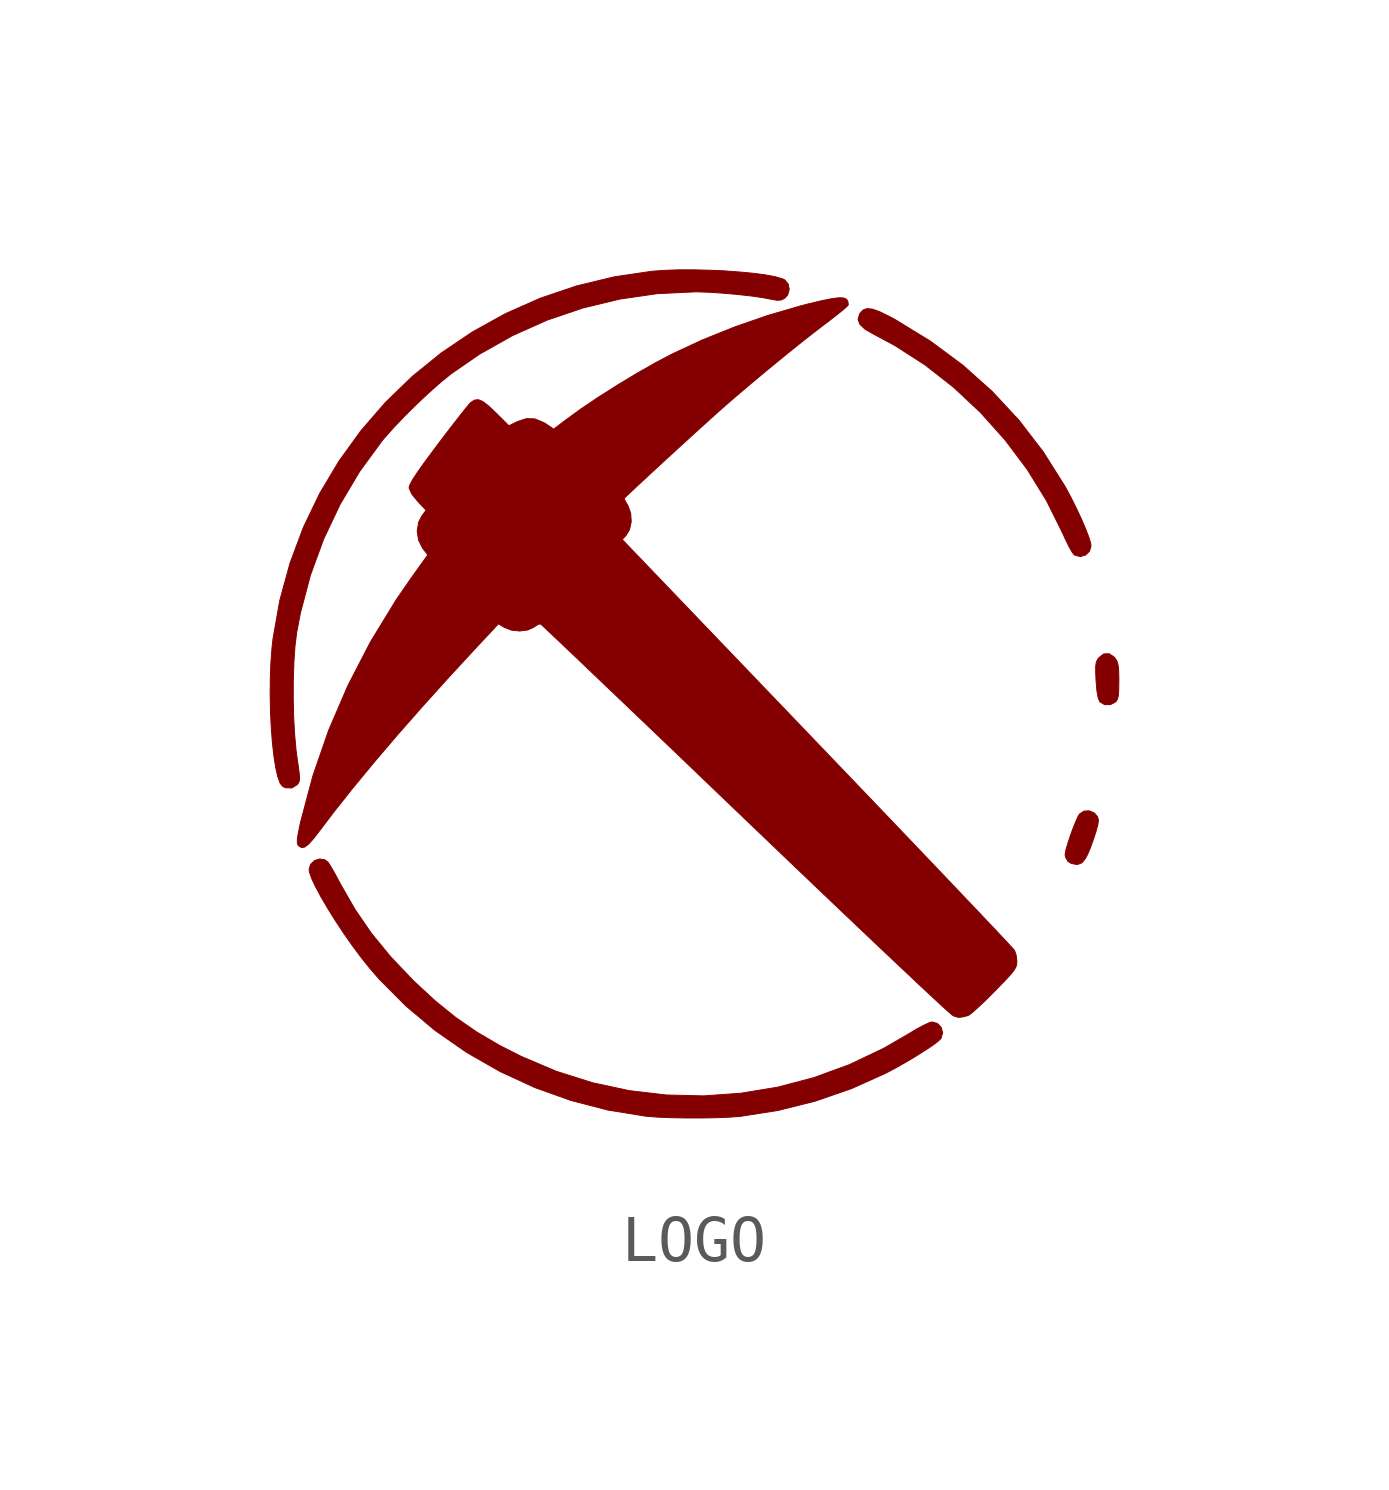
<source format=kicad_sym>
(kicad_symbol_lib
  (version 20231120)
  (generator "kicad_symbol_editor")
  (generator_version "8.0")
  (symbol "LOGO"
    (pin_names
      (offset 1.016))
    (property "Reference" "#G"
      (at 0 9.365 0)
      (effects (font (size 1.27 1.27)) (hide yes)))
    (symbol "LOGO_0_0"
      (polyline (pts (xy 8.036 -3.678) (xy 8.124 -3.644) (xy 8.2 -3.55) (xy 8.247 -3.46) (xy 8.309 -3.312) (xy 8.371 -3.142) (xy 8.426 -2.972) (xy 8.465 -2.828) (xy 8.48 -2.733) (xy 8.462 -2.652) (xy 8.389 -2.568) (xy 8.283 -2.523) (xy 8.17 -2.528) (xy 8.073 -2.59) (xy 8.042 -2.64) (xy 7.989 -2.757) (xy 7.927 -2.912) (xy 7.866 -3.082) (xy 7.812 -3.247) (xy 7.774 -3.382) (xy 7.76 -3.468) (xy 7.771 -3.527) (xy 7.823 -3.617) (xy 7.896 -3.659) (xy 8.003 -3.68) (xy 8.036 -3.678)) (stroke (width 0.01) (type default)) (fill (type outline)))
      (polyline (pts (xy 8.847 -0.174) (xy 8.861 -0.16) (xy 8.891 -0.11) (xy 8.909 -0.031) (xy 8.918 0.093) (xy 8.92 0.281) (xy 8.92 0.37) (xy 8.915 0.53) (xy 8.901 0.638) (xy 8.877 0.713) (xy 8.837 0.775) (xy 8.814 0.801) (xy 8.705 0.87) (xy 8.591 0.863) (xy 8.486 0.779) (xy 8.458 0.739) (xy 8.432 0.679) (xy 8.42 0.597) (xy 8.42 0.473) (xy 8.428 0.289) (xy 8.428 0.289) (xy 8.447 0.063) (xy 8.475 -0.089) (xy 8.511 -0.17) (xy 8.513 -0.172) (xy 8.613 -0.23) (xy 8.736 -0.231) (xy 8.847 -0.174)) (stroke (width 0.01) (type default)) (fill (type outline)))
      (polyline (pts (xy 8.202 2.999) (xy 8.286 3.08) (xy 8.32 3.197) (xy 8.31 3.261) (xy 8.267 3.397) (xy 8.197 3.577) (xy 8.107 3.788) (xy 8.001 4.013) (xy 7.888 4.24) (xy 7.773 4.454) (xy 7.753 4.489) (xy 7.29 5.223) (xy 6.769 5.902) (xy 6.19 6.526) (xy 5.551 7.097) (xy 4.854 7.614) (xy 4.096 8.079) (xy 3.956 8.154) (xy 3.753 8.253) (xy 3.599 8.307) (xy 3.485 8.318) (xy 3.4 8.289) (xy 3.336 8.22) (xy 3.323 8.199) (xy 3.291 8.086) (xy 3.33 7.979) (xy 3.442 7.873) (xy 3.632 7.764) (xy 4.084 7.522) (xy 4.737 7.102) (xy 5.356 6.617) (xy 5.934 6.075) (xy 6.465 5.482) (xy 6.942 4.847) (xy 7.356 4.177) (xy 7.703 3.479) (xy 7.771 3.33) (xy 7.846 3.178) (xy 7.909 3.066) (xy 7.95 3.01) (xy 7.975 2.993) (xy 8.09 2.966) (xy 8.202 2.999)) (stroke (width 0.01) (type default)) (fill (type outline)))
      (polyline (pts (xy 0.24 -9.147) (xy 0.524 -9.135) (xy 0.751 -9.118) (xy 0.757 -9.117) (xy 1.566 -8.99) (xy 2.369 -8.789) (xy 3.149 -8.519) (xy 3.892 -8.185) (xy 4.088 -8.081) (xy 4.302 -7.96) (xy 4.515 -7.834) (xy 4.711 -7.711) (xy 4.879 -7.601) (xy 5.003 -7.51) (xy 5.07 -7.449) (xy 5.085 -7.427) (xy 5.116 -7.312) (xy 5.086 -7.199) (xy 5.007 -7.114) (xy 4.89 -7.08) (xy 4.824 -7.098) (xy 4.706 -7.153) (xy 4.554 -7.234) (xy 4.386 -7.335) (xy 3.85 -7.646) (xy 3.105 -8.001) (xy 2.338 -8.281) (xy 1.554 -8.488) (xy 0.759 -8.619) (xy -0.042 -8.676) (xy -0.846 -8.657) (xy -1.646 -8.563) (xy -2.439 -8.393) (xy -3.218 -8.147) (xy -3.98 -7.824) (xy -4.456 -7.582) (xy -4.943 -7.296) (xy -5.393 -6.985) (xy -5.83 -6.632) (xy -6.274 -6.222) (xy -6.324 -6.173) (xy -6.8 -5.673) (xy -7.212 -5.17) (xy -7.569 -4.65) (xy -7.887 -4.095) (xy -7.957 -3.962) (xy -8.041 -3.81) (xy -8.11 -3.693) (xy -8.152 -3.63) (xy -8.222 -3.578) (xy -8.333 -3.562) (xy -8.443 -3.598) (xy -8.527 -3.678) (xy -8.56 -3.79) (xy -8.553 -3.841) (xy -8.506 -3.978) (xy -8.419 -4.163) (xy -8.3 -4.385) (xy -8.154 -4.634) (xy -7.988 -4.9) (xy -7.808 -5.172) (xy -7.62 -5.44) (xy -7.431 -5.694) (xy -7.247 -5.924) (xy -7.048 -6.153) (xy -6.47 -6.735) (xy -5.838 -7.265) (xy -5.159 -7.737) (xy -4.44 -8.149) (xy -3.687 -8.496) (xy -2.908 -8.775) (xy -2.11 -8.982) (xy -1.3 -9.113) (xy -1.268 -9.117) (xy -1.029 -9.135) (xy -0.737 -9.147) (xy -0.413 -9.153) (xy -0.08 -9.153) (xy 0.24 -9.147)) (stroke (width 0.01) (type default)) (fill (type outline)))
      (polyline (pts (xy -8.819 -1.959) (xy -8.814 -1.954) (xy -8.787 -1.918) (xy -8.77 -1.875) (xy -8.766 -1.811) (xy -8.773 -1.712) (xy -8.792 -1.563) (xy -8.823 -1.349) (xy -8.841 -1.212) (xy -8.872 -0.869) (xy -8.893 -0.487) (xy -8.902 -0.085) (xy -8.9 0.317) (xy -8.887 0.699) (xy -8.863 1.041) (xy -8.828 1.324) (xy -8.745 1.755) (xy -8.531 2.564) (xy -8.245 3.345) (xy -7.891 4.092) (xy -7.471 4.799) (xy -6.988 5.46) (xy -6.951 5.505) (xy -6.749 5.734) (xy -6.506 5.989) (xy -6.241 6.252) (xy -5.97 6.506) (xy -5.714 6.733) (xy -5.489 6.915) (xy -4.882 7.334) (xy -4.17 7.735) (xy -3.423 8.069) (xy -2.648 8.332) (xy -1.852 8.524) (xy -1.042 8.641) (xy -0.226 8.68) (xy -0.188 8.68) (xy 0.067 8.672) (xy 0.358 8.653) (xy 0.663 8.626) (xy 0.958 8.594) (xy 1.219 8.557) (xy 1.423 8.519) (xy 1.536 8.499) (xy 1.627 8.503) (xy 1.705 8.54) (xy 1.772 8.614) (xy 1.804 8.729) (xy 1.783 8.847) (xy 1.71 8.936) (xy 1.662 8.96) (xy 1.514 9.004) (xy 1.304 9.044) (xy 1.044 9.079) (xy 0.746 9.108) (xy 0.422 9.132) (xy 0.085 9.147) (xy -0.255 9.155) (xy -0.584 9.155) (xy -0.891 9.144) (xy -1.164 9.124) (xy -1.973 9.004) (xy -2.786 8.808) (xy -3.569 8.543) (xy -4.319 8.211) (xy -5.031 7.817) (xy -5.703 7.364) (xy -6.331 6.855) (xy -6.911 6.293) (xy -7.44 5.683) (xy -7.914 5.027) (xy -8.33 4.33) (xy -8.684 3.593) (xy -8.972 2.822) (xy -9.192 2.019) (xy -9.339 1.188) (xy -9.36 0.998) (xy -9.384 0.676) (xy -9.397 0.333) (xy -9.4 -0.019) (xy -9.393 -0.371) (xy -9.377 -0.714) (xy -9.353 -1.036) (xy -9.321 -1.328) (xy -9.282 -1.58) (xy -9.236 -1.783) (xy -9.185 -1.925) (xy -9.129 -1.997) (xy -9.062 -2.026) (xy -8.931 -2.029) (xy -8.819 -1.959)) (stroke (width 0.01) (type default)) (fill (type outline)))
      (polyline (pts (xy 5.541 -6.974) (xy 5.664 -6.942) (xy 5.703 -6.919) (xy 5.793 -6.845) (xy 5.919 -6.731) (xy 6.07 -6.587) (xy 6.234 -6.423) (xy 6.357 -6.296) (xy 6.501 -6.147) (xy 6.601 -6.036) (xy 6.664 -5.954) (xy 6.7 -5.89) (xy 6.715 -5.833) (xy 6.718 -5.774) (xy 6.718 -5.757) (xy 6.702 -5.632) (xy 6.668 -5.536) (xy 6.664 -5.53) (xy 6.615 -5.476) (xy 6.514 -5.367) (xy 6.366 -5.208) (xy 6.171 -5.002) (xy 5.935 -4.752) (xy 5.659 -4.462) (xy 5.347 -4.134) (xy 5.003 -3.772) (xy 4.628 -3.379) (xy 4.226 -2.958) (xy 3.8 -2.512) (xy 3.353 -2.045) (xy 2.889 -1.56) (xy 2.409 -1.059) (xy -1.801 3.334) (xy -1.715 3.426) (xy -1.641 3.549) (xy -1.606 3.719) (xy -1.617 3.9) (xy -1.675 4.061) (xy -1.696 4.096) (xy -1.742 4.179) (xy -1.76 4.219) (xy -1.733 4.247) (xy -1.655 4.322) (xy -1.532 4.437) (xy -1.375 4.584) (xy -1.189 4.756) (xy -0.983 4.946) (xy -0.765 5.147) (xy -0.542 5.351) (xy -0.323 5.551) (xy -0.116 5.74) (xy 0.073 5.91) (xy 0.234 6.056) (xy 0.36 6.168) (xy 0.371 6.178) (xy 0.661 6.429) (xy 0.984 6.703) (xy 1.324 6.987) (xy 1.666 7.268) (xy 1.994 7.533) (xy 2.294 7.77) (xy 2.549 7.966) (xy 2.678 8.063) (xy 2.838 8.188) (xy 2.965 8.291) (xy 3.05 8.364) (xy 3.08 8.399) (xy 3.072 8.471) (xy 3.04 8.522) (xy 2.976 8.549) (xy 2.871 8.552) (xy 2.716 8.532) (xy 2.502 8.488) (xy 2.22 8.421) (xy 2.05 8.377) (xy 1.342 8.171) (xy 0.625 7.922) (xy -0.073 7.641) (xy -0.722 7.339) (xy -1.06 7.161) (xy -1.475 6.926) (xy -1.903 6.668) (xy -2.323 6.401) (xy -2.712 6.138) (xy -3.049 5.892) (xy -3.278 5.717) (xy -3.433 5.82) (xy -3.493 5.858) (xy -3.684 5.937) (xy -3.868 5.944) (xy -4.061 5.88) (xy -4.247 5.789) (xy -4.535 6.075) (xy -4.693 6.224) (xy -4.814 6.315) (xy -4.909 6.353) (xy -4.991 6.343) (xy -5.071 6.29) (xy -5.107 6.251) (xy -5.187 6.154) (xy -5.301 6.01) (xy -5.442 5.829) (xy -5.603 5.62) (xy -5.776 5.393) (xy -5.868 5.27) (xy -6.066 5.002) (xy -6.216 4.791) (xy -6.32 4.633) (xy -6.38 4.524) (xy -6.4 4.462) (xy -6.397 4.434) (xy -6.341 4.314) (xy -6.217 4.161) (xy -6.034 3.965) (xy -6.127 3.839) (xy -6.194 3.71) (xy -6.226 3.518) (xy -6.197 3.322) (xy -6.109 3.148) (xy -5.997 3.002) (xy -6.361 2.494) (xy -6.68 2.031) (xy -7.233 1.126) (xy -7.719 0.187) (xy -8.135 -0.779) (xy -8.477 -1.766) (xy -8.743 -2.765) (xy -8.753 -2.812) (xy -8.793 -3.005) (xy -8.813 -3.137) (xy -8.814 -3.219) (xy -8.797 -3.264) (xy -8.778 -3.284) (xy -8.72 -3.317) (xy -8.653 -3.304) (xy -8.568 -3.239) (xy -8.458 -3.116) (xy -8.315 -2.93) (xy -8.031 -2.555) (xy -7.62 -2.037) (xy -7.159 -1.478) (xy -6.654 -0.886) (xy -6.109 -0.266) (xy -5.532 0.373) (xy -4.928 1.027) (xy -4.472 1.514) (xy -4.346 1.437) (xy -4.191 1.377) (xy -4.012 1.359) (xy -3.84 1.381) (xy -3.705 1.443) (xy -3.697 1.45) (xy -3.617 1.5) (xy -3.565 1.513) (xy -3.561 1.51) (xy -3.513 1.466) (xy -3.41 1.37) (xy -3.258 1.226) (xy -3.058 1.036) (xy -2.813 0.804) (xy -2.529 0.532) (xy -2.206 0.224) (xy -1.848 -0.117) (xy -1.46 -0.488) (xy -1.042 -0.887) (xy -0.6 -1.31) (xy -0.136 -1.755) (xy 0.346 -2.217) (xy 0.845 -2.695) (xy 0.981 -2.825) (xy 1.477 -3.3) (xy 1.958 -3.76) (xy 2.42 -4.201) (xy 2.86 -4.62) (xy 3.275 -5.014) (xy 3.661 -5.381) (xy 4.016 -5.716) (xy 4.336 -6.018) (xy 4.617 -6.283) (xy 4.858 -6.507) (xy 5.053 -6.689) (xy 5.201 -6.824) (xy 5.298 -6.909) (xy 5.34 -6.943) (xy 5.386 -6.962) (xy 5.46 -6.981) (xy 5.541 -6.974)) (stroke (width 0.01) (type default)) (fill (type outline))))))
</source>
